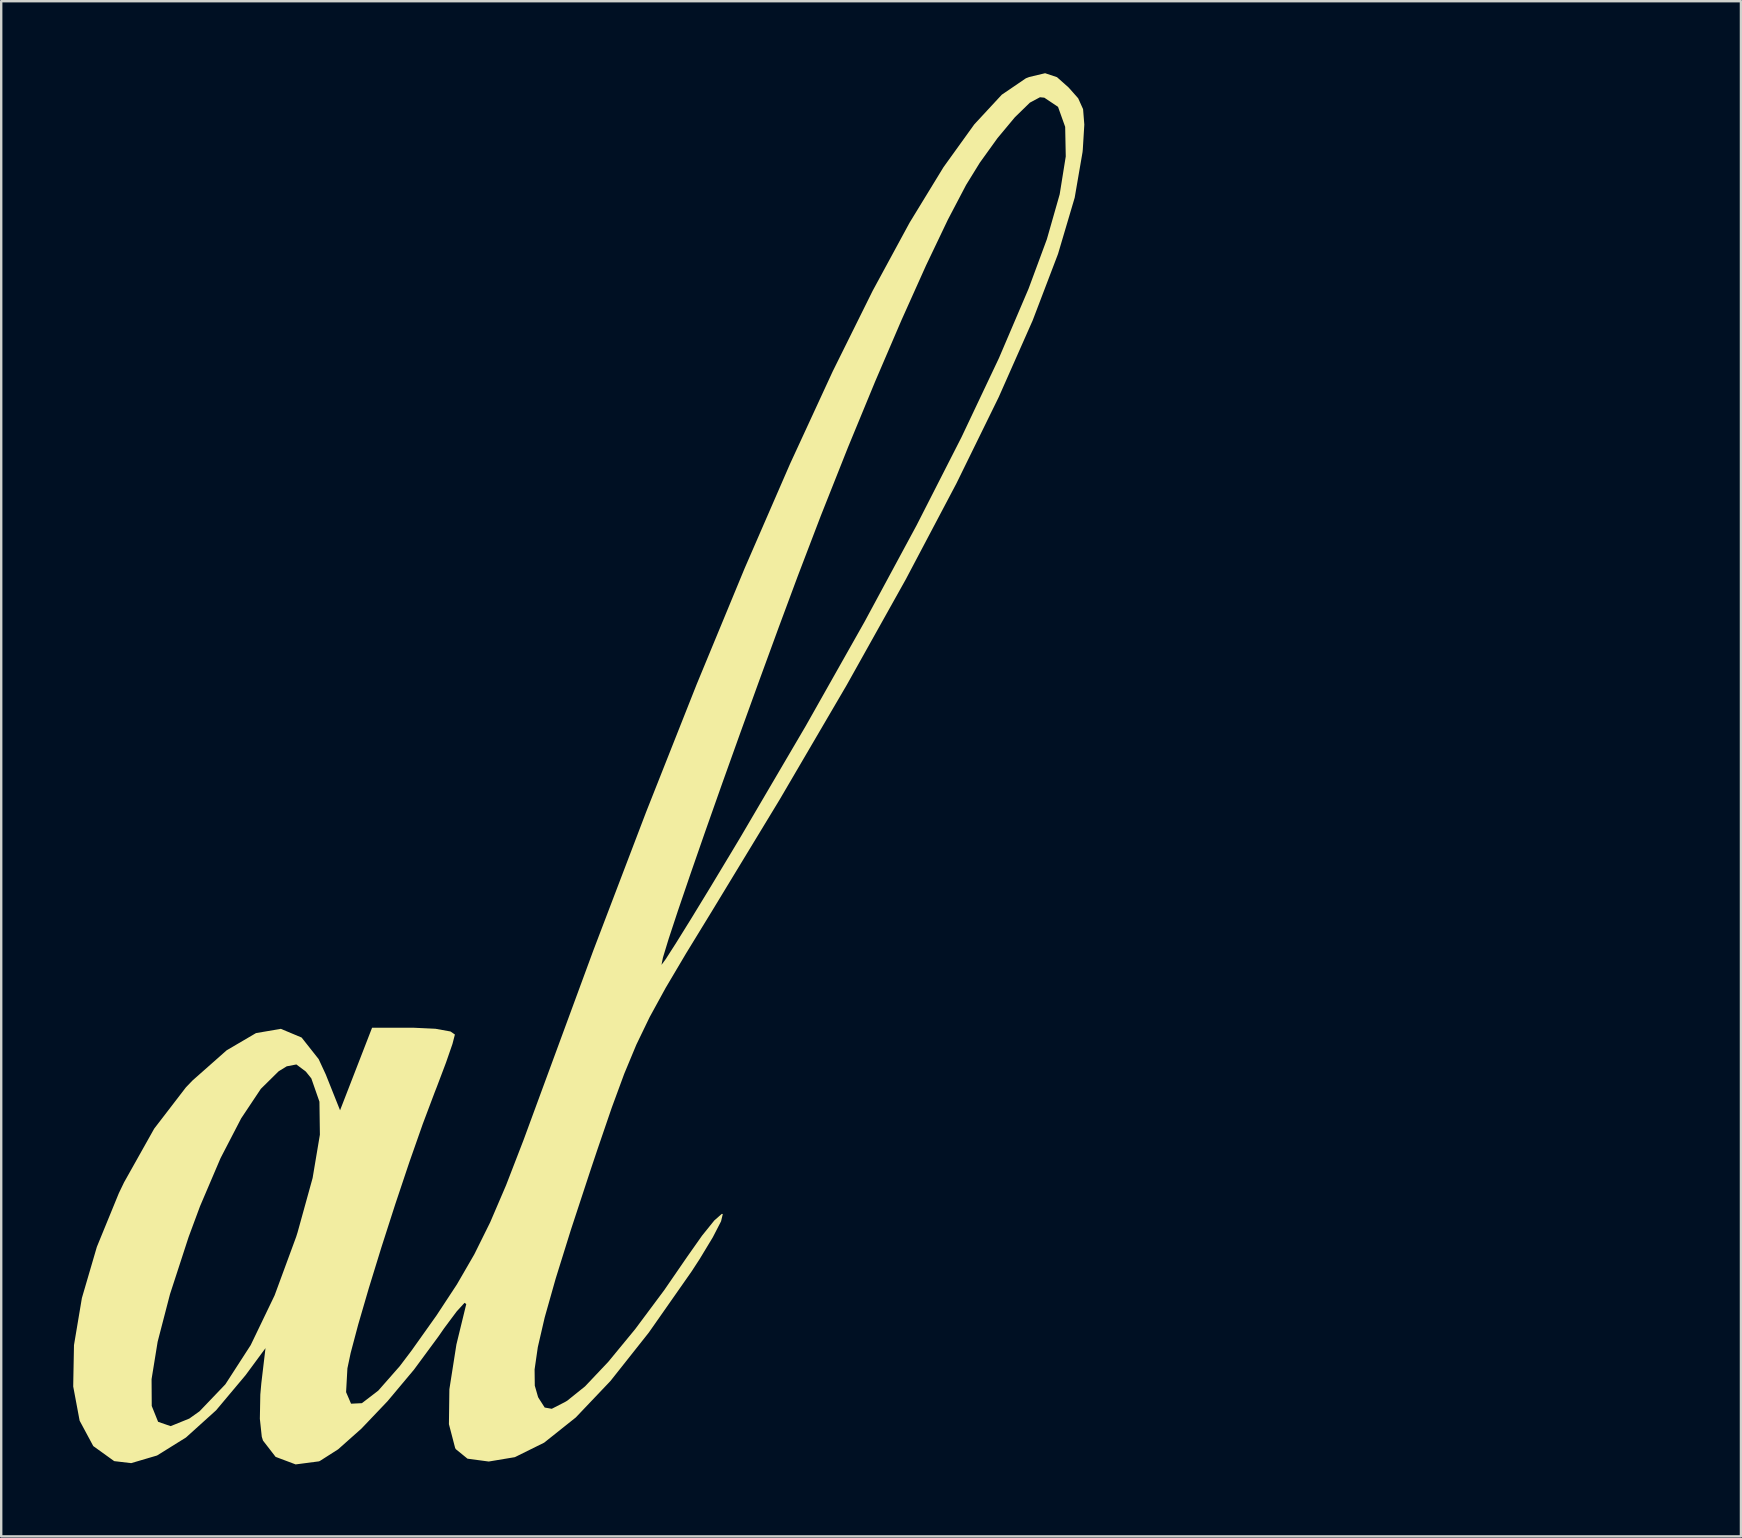
<source format=kicad_pcb>
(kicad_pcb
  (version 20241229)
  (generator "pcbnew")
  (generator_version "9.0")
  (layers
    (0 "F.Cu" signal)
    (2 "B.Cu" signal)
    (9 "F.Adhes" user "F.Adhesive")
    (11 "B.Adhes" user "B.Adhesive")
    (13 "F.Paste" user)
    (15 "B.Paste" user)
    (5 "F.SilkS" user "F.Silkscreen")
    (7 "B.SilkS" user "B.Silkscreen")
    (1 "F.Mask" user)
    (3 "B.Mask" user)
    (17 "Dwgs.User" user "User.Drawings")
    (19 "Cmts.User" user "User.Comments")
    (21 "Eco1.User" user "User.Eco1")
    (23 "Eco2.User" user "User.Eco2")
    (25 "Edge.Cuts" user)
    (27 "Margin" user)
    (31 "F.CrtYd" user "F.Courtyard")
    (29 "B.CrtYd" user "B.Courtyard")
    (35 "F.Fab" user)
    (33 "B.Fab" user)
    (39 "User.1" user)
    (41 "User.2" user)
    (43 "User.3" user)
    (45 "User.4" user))
  (footprint "al (5)"
    (layer "F.Cu")
    (at 20.855 28.978)
    (property "Reference" "al (5)" (at 41.91 -13.208 0) (layer "User.1") (effects (font (size 1.524 1.524) (thickness 0.3))))
    (attr board_only exclude_from_pos_files exclude_from_bom)
    (fp_poly (pts (xy 20.127 -28.813) (xy 20.61 -28.384) (xy 21.009 -27.934) (xy 21.214 -27.48) (xy 21.265 -26.836) (xy 21.203 -25.815) (xy 21.192 -25.696) (xy 20.864 -23.793) (xy 20.17 -21.45) (xy 19.113 -18.678) (xy 17.7 -15.486) (xy 15.935 -11.885) (xy 13.823 -7.884) (xy 11.368 -3.493) (xy 8.576 1.277) (xy 5.768 5.903) (xy 4.674 7.69) (xy 3.825 9.124) (xy 3.157 10.344) (xy 2.604 11.49) (xy 2.1 12.701) (xy 1.579 14.116) (xy 0.977 15.874) (xy 0.712 16.664) (xy -0.12 19.194) (xy -0.757 21.236) (xy -1.213 22.849) (xy -1.501 24.091) (xy -1.635 25.02) (xy -1.627 25.694) (xy -1.491 26.169) (xy -1.473 26.203) (xy -1.214 26.607) (xy -0.919 26.659) (xy -0.372 26.379) (xy -0.277 26.323) (xy 0.467 25.725) (xy 1.434 24.703) (xy 2.555 23.341) (xy 3.762 21.721) (xy 4.718 20.331) (xy 5.341 19.446) (xy 5.851 18.814) (xy 6.162 18.54) (xy 6.205 18.544) (xy 6.133 18.848) (xy 5.79 19.513) (xy 5.24 20.423) (xy 4.898 20.948) (xy 3.122 23.485) (xy 1.525 25.501) (xy 0.08 27.021) (xy -1.238 28.071) (xy -2.457 28.674) (xy -3.545 28.856) (xy -4.431 28.737) (xy -4.917 28.341) (xy -4.945 28.292) (xy -5.204 27.299) (xy -5.185 25.845) (xy -4.892 23.981) (xy -4.482 22.298) (xy -4.553 22.244) (xy -4.881 22.604) (xy -5.404 23.305) (xy -5.636 23.64) (xy -6.659 25.028) (xy -7.762 26.344) (xy -8.849 27.485) (xy -9.82 28.348) (xy -10.579 28.832) (xy -10.62 28.849) (xy -11.589 28.976) (xy -12.424 28.662) (xy -12.95 27.982) (xy -13 27.822) (xy -13.08 27.075) (xy -13.061 26.066) (xy -13.019 25.596) (xy -12.845 24.133) (xy -13.673 25.256) (xy -14.903 26.722) (xy -16.158 27.855) (xy -17.363 28.605) (xy -18.441 28.923) (xy -19.148 28.839) (xy -20.02 28.212) (xy -20.588 27.154) (xy -20.855 25.731) (xy -20.85 25.424) (xy -17.591 25.424) (xy -17.584 26.542) (xy -17.319 27.201) (xy -16.797 27.382) (xy -16.018 27.066) (xy -15.592 26.763) (xy -14.517 25.64) (xy -13.462 24.007) (xy -12.466 21.936) (xy -11.568 19.497) (xy -11.508 19.307) (xy -10.882 17.045) (xy -10.579 15.24) (xy -10.598 13.866) (xy -10.936 12.896) (xy -11.164 12.612) (xy -11.558 12.315) (xy -11.96 12.392) (xy -12.297 12.599) (xy -13.039 13.331) (xy -13.858 14.56) (xy -14.716 16.215) (xy -15.573 18.223) (xy -16.049 19.506) (xy -16.824 21.887) (xy -17.338 23.866) (xy -17.591 25.424) (xy -20.85 25.424) (xy -20.823 24.006) (xy -20.494 22.046) (xy -19.87 19.914) (xy -18.954 17.677) (xy -18.738 17.228) (xy -17.481 14.988) (xy -16.161 13.27) (xy -15.887 12.984) (xy -14.464 11.726) (xy -13.242 11.009) (xy -12.206 10.831) (xy -11.341 11.193) (xy -10.631 12.092) (xy -10.335 12.73) (xy -9.739 14.224) (xy -8.405 10.785) (xy -6.68 10.785) (xy -5.765 10.828) (xy -5.139 10.941) (xy -4.955 11.068) (xy -5.056 11.459) (xy -5.325 12.236) (xy -5.707 13.247) (xy -5.796 13.473) (xy -6.292 14.79) (xy -6.853 16.387) (xy -7.441 18.143) (xy -8.018 19.937) (xy -8.545 21.648) (xy -8.984 23.153) (xy -9.297 24.332) (xy -9.433 24.976) (xy -9.488 25.966) (xy -9.281 26.447) (xy -8.829 26.425) (xy -8.148 25.903) (xy -7.254 24.886) (xy -6.763 24.237) (xy -5.722 22.772) (xy -4.871 21.477) (xy -4.147 20.226) (xy -3.486 18.892) (xy -2.824 17.348) (xy -2.097 15.467) (xy -1.486 13.806) (xy 0.593 8.16) (xy 3.652 8.16) (xy 3.655 8.161) (xy 3.83 7.923) (xy 4.258 7.255) (xy 4.893 6.233) (xy 5.69 4.927) (xy 6.603 3.411) (xy 6.944 2.842) (xy 9.659 -1.784) (xy 12.108 -6.122) (xy 14.277 -10.143) (xy 16.149 -13.816) (xy 17.709 -17.111) (xy 18.942 -19.999) (xy 19.705 -22.061) (xy 20.239 -23.933) (xy 20.492 -25.511) (xy 20.468 -26.743) (xy 20.17 -27.577) (xy 19.599 -27.959) (xy 19.418 -27.977) (xy 18.998 -27.752) (xy 18.374 -27.145) (xy 17.646 -26.271) (xy 16.911 -25.249) (xy 16.34 -24.323) (xy 15.583 -22.88) (xy 14.674 -20.976) (xy 13.652 -18.7) (xy 12.554 -16.141) (xy 11.419 -13.39) (xy 10.286 -10.536) (xy 9.323 -8.016) (xy 8.533 -5.89) (xy 7.73 -3.696) (xy 6.936 -1.503) (xy 6.175 0.623) (xy 5.472 2.614) (xy 4.851 4.401) (xy 4.334 5.917) (xy 3.946 7.094) (xy 3.711 7.865) (xy 3.652 8.16) (xy 0.593 8.16) (xy 0.81 7.571) (xy 3.013 1.793) (xy 5.116 -3.519) (xy 7.116 -8.356) (xy 9.008 -12.708) (xy 10.787 -16.564) (xy 12.449 -19.916) (xy 13.988 -22.754) (xy 15.401 -25.067) (xy 16.682 -26.847) (xy 17.827 -28.083) (xy 18.831 -28.766) (xy 18.972 -28.821) (xy 19.632 -28.978)) (stroke (width 0) (type solid)) (fill yes) (layer "F.SilkS")))
  (gr_rect
    (start -3 -3)
    (end 69.474 60.954)
    (stroke (width 0.1) (type default))
    (fill no)
    (layer "Edge.Cuts")))
</source>
